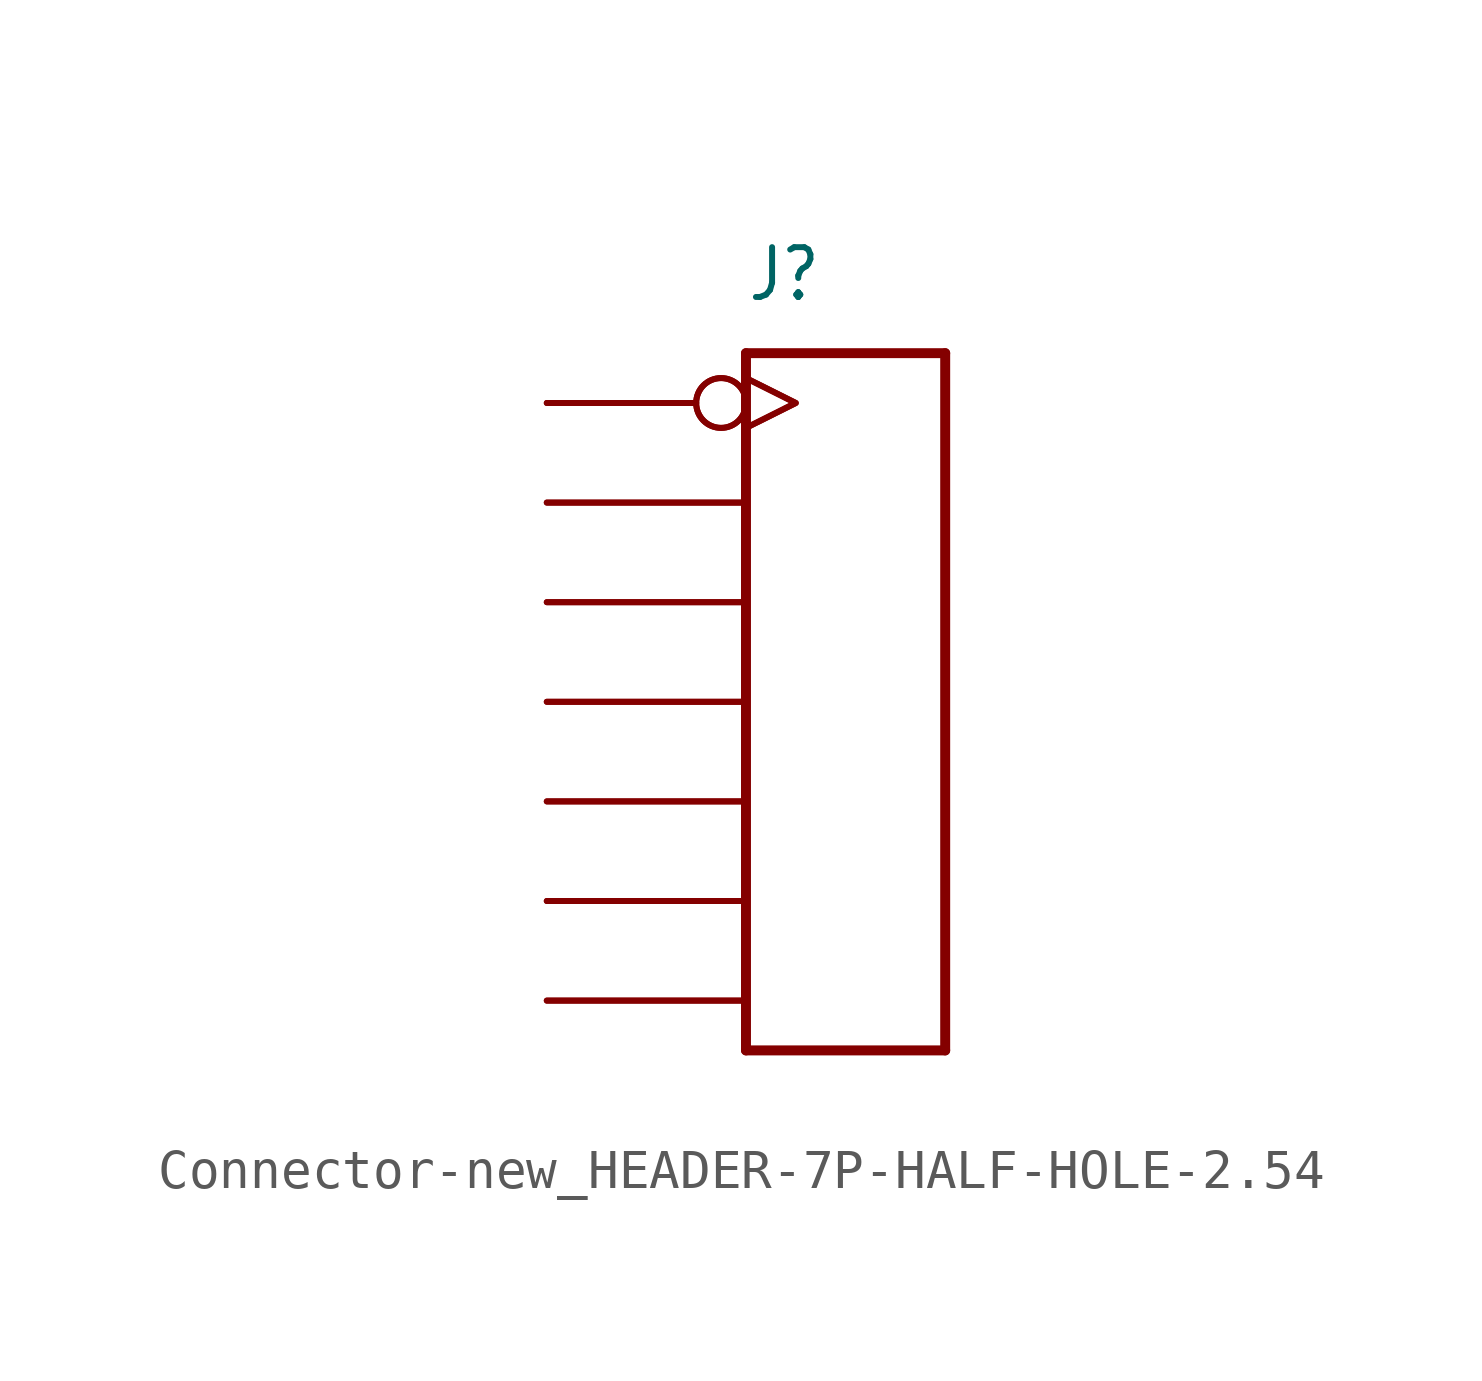
<source format=kicad_sym>
(kicad_symbol_lib
  (version 20231120)
  (generator "kicad_symbol_editor")
  (generator_version "8.0")
  (symbol "Connector-new_HEADER-7P-HALF-HOLE-2.54"
    (property "Reference" "J"
      (at -2.54 10.16 0)
      (effects (font (size 1.27 1.079)) (justify left bottom)))
    (property "Value" ""
      (at -2.54 8.89 0)
      (effects (font (size 1.27 1.079)) (justify left bottom)))
    (property "ki_locked" ""
      (at 0 0 0)
      (effects (font (size 1.27 1.27))))
    (symbol "Connector-new_HEADER-7P-HALF-HOLE-2.54_1_0"
      (polyline (pts (xy -2.54 -8.89) (xy -2.54 8.89)) (stroke (width 0.254) (type solid)) (fill (type none)))
      (polyline (pts (xy -2.54 8.89) (xy 2.54 8.89)) (stroke (width 0.254) (type solid)) (fill (type none)))
      (polyline (pts (xy 2.54 -8.89) (xy -2.54 -8.89)) (stroke (width 0.254) (type solid)) (fill (type none)))
      (polyline (pts (xy 2.54 8.89) (xy 2.54 -8.89)) (stroke (width 0.254) (type solid)) (fill (type none)))
      (pin bidirectional inverted_clock (at -7.62 7.62 0) (length 5.08) (name "1" (effects (font (size 0 0)))) (number "1" (effects (font (size 0 0)))))
      (pin bidirectional inverted_clock (at -7.62 7.62 0) (length 5.08) (name "1" (effects (font (size 0 0)))) (number "13" (effects (font (size 0 0)))))
      (pin bidirectional line (at -7.62 5.08 0) (length 5.08) (name "2" (effects (font (size 0 0)))) (number "14" (effects (font (size 0 0)))))
      (pin bidirectional line (at -7.62 2.54 0) (length 5.08) (name "3" (effects (font (size 0 0)))) (number "15" (effects (font (size 0 0)))))
      (pin bidirectional line (at -7.62 0 0) (length 5.08) (name "4" (effects (font (size 0 0)))) (number "16" (effects (font (size 0 0)))))
      (pin bidirectional line (at -7.62 -2.54 0) (length 5.08) (name "5" (effects (font (size 0 0)))) (number "17" (effects (font (size 0 0)))))
      (pin bidirectional line (at -7.62 -5.08 0) (length 5.08) (name "6" (effects (font (size 0 0)))) (number "18" (effects (font (size 0 0)))))
      (pin bidirectional line (at -7.62 -7.62 0) (length 5.08) (name "7" (effects (font (size 0 0)))) (number "19" (effects (font (size 0 0)))))
      (pin bidirectional line (at -7.62 5.08 0) (length 5.08) (name "2" (effects (font (size 0 0)))) (number "2" (effects (font (size 0 0)))))
      (pin bidirectional line (at -7.62 2.54 0) (length 5.08) (name "3" (effects (font (size 0 0)))) (number "3" (effects (font (size 0 0)))))
      (pin bidirectional line (at -7.62 0 0) (length 5.08) (name "4" (effects (font (size 0 0)))) (number "4" (effects (font (size 0 0)))))
      (pin bidirectional line (at -7.62 -2.54 0) (length 5.08) (name "5" (effects (font (size 0 0)))) (number "5" (effects (font (size 0 0)))))
      (pin bidirectional line (at -7.62 -5.08 0) (length 5.08) (name "6" (effects (font (size 0 0)))) (number "6" (effects (font (size 0 0)))))
      (pin bidirectional line (at -7.62 -7.62 0) (length 5.08) (name "7" (effects (font (size 0 0)))) (number "7" (effects (font (size 0 0))))))))
</source>
